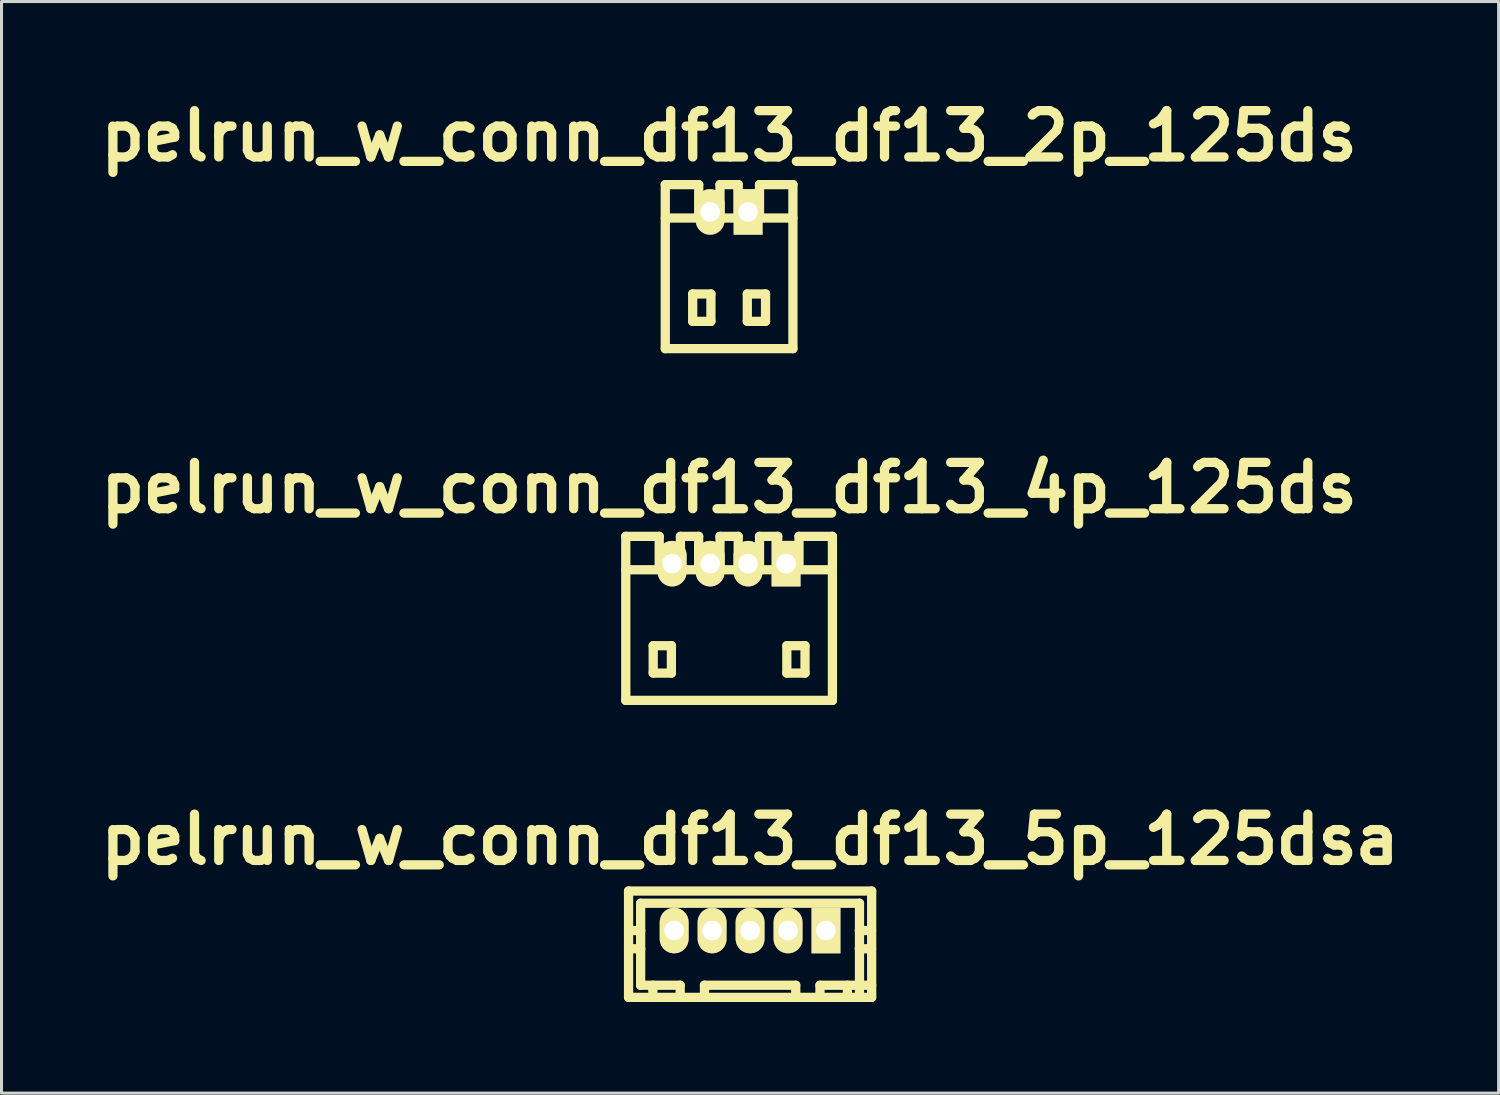
<source format=kicad_pcb>
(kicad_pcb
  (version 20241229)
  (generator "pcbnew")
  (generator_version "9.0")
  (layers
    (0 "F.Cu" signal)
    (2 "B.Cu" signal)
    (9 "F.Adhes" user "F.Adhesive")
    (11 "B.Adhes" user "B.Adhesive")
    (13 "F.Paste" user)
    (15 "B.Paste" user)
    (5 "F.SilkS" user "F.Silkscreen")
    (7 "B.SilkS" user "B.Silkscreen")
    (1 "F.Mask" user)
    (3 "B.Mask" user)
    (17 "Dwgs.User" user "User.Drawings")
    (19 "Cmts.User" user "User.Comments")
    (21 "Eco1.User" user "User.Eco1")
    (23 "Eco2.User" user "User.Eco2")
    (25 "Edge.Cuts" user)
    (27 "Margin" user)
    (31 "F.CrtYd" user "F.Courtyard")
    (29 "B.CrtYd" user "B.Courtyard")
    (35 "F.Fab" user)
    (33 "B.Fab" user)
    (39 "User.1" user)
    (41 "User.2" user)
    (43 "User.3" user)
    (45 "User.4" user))
  (footprint "pelrun_w_conn_df13_df13_5p_125dsa"
    (layer "F.Cu")
    (at 21.641 27.582)
    (property "Reference" "pelrun_w_conn_df13_df13_5p_125dsa" (at 0 -2.997 0) (layer "F.SilkS") (effects (font (size 1.524 1.524) (thickness 0.305))))
    (attr through_hole)
    (fp_line (start -4 2.2) (end -4 -1.3) (stroke (width 0.305) (type solid)) (layer "F.SilkS"))
    (fp_line (start -3.602 -0.899) (end -3.602 1.801) (stroke (width 0.305) (type solid)) (layer "F.SilkS"))
    (fp_line (start -3.599 -0.899) (end 3.599 -0.899) (stroke (width 0.305) (type solid)) (layer "F.SilkS"))
    (fp_line (start -3.599 0) (end -4 0) (stroke (width 0.305) (type solid)) (layer "F.SilkS"))
    (fp_line (start -3.599 0.599) (end -4 0.599) (stroke (width 0.305) (type solid)) (layer "F.SilkS"))
    (fp_line (start -3.2 1.801) (end -3.2 2.2) (stroke (width 0.305) (type solid)) (layer "F.SilkS"))
    (fp_line (start -2.601 -0.099) (end -2.601 0.099) (stroke (width 0.305) (type solid)) (layer "F.SilkS"))
    (fp_line (start -2.601 0.099) (end -2.4 0.099) (stroke (width 0.305) (type solid)) (layer "F.SilkS"))
    (fp_line (start -2.4 -0.099) (end -2.601 -0.099) (stroke (width 0.305) (type solid)) (layer "F.SilkS"))
    (fp_line (start -2.4 0.099) (end -2.4 -0.099) (stroke (width 0.305) (type solid)) (layer "F.SilkS"))
    (fp_line (start -2.301 1.801) (end -3.602 1.801) (stroke (width 0.305) (type solid)) (layer "F.SilkS"))
    (fp_line (start -2.301 1.801) (end -2.301 2.2) (stroke (width 0.305) (type solid)) (layer "F.SilkS"))
    (fp_line (start -1.501 1.801) (end 1.501 1.801) (stroke (width 0.305) (type solid)) (layer "F.SilkS"))
    (fp_line (start -1.501 2.2) (end -1.501 1.801) (stroke (width 0.305) (type solid)) (layer "F.SilkS"))
    (fp_line (start -1.3 -0.099) (end -1.3 0.099) (stroke (width 0.305) (type solid)) (layer "F.SilkS"))
    (fp_line (start -1.3 0.099) (end -1.1 0.099) (stroke (width 0.305) (type solid)) (layer "F.SilkS"))
    (fp_line (start -1.1 -0.099) (end -1.3 -0.099) (stroke (width 0.305) (type solid)) (layer "F.SilkS"))
    (fp_line (start -1.1 0.099) (end -1.1 -0.099) (stroke (width 0.305) (type solid)) (layer "F.SilkS"))
    (fp_line (start -0.099 -0.099) (end 0.099 -0.099) (stroke (width 0.305) (type solid)) (layer "F.SilkS"))
    (fp_line (start -0.099 0.099) (end -0.099 -0.099) (stroke (width 0.305) (type solid)) (layer "F.SilkS"))
    (fp_line (start 0.099 -0.099) (end 0.099 0.099) (stroke (width 0.305) (type solid)) (layer "F.SilkS"))
    (fp_line (start 0.099 0.099) (end -0.099 0.099) (stroke (width 0.305) (type solid)) (layer "F.SilkS"))
    (fp_line (start 1.1 -0.099) (end 1.3 -0.099) (stroke (width 0.305) (type solid)) (layer "F.SilkS"))
    (fp_line (start 1.1 0.099) (end 1.1 -0.099) (stroke (width 0.305) (type solid)) (layer "F.SilkS"))
    (fp_line (start 1.3 -0.099) (end 1.3 0.099) (stroke (width 0.305) (type solid)) (layer "F.SilkS"))
    (fp_line (start 1.3 0.099) (end 1.1 0.099) (stroke (width 0.305) (type solid)) (layer "F.SilkS"))
    (fp_line (start 1.504 2.2) (end 1.504 1.801) (stroke (width 0.305) (type solid)) (layer "F.SilkS"))
    (fp_line (start 2.301 1.801) (end 2.301 2.2) (stroke (width 0.305) (type solid)) (layer "F.SilkS"))
    (fp_line (start 2.301 1.801) (end 4.003 1.801) (stroke (width 0.305) (type solid)) (layer "F.SilkS"))
    (fp_line (start 2.4 -0.099) (end 2.601 -0.099) (stroke (width 0.305) (type solid)) (layer "F.SilkS"))
    (fp_line (start 2.4 0.099) (end 2.4 -0.099) (stroke (width 0.305) (type solid)) (layer "F.SilkS"))
    (fp_line (start 2.601 -0.099) (end 2.601 0.099) (stroke (width 0.305) (type solid)) (layer "F.SilkS"))
    (fp_line (start 2.601 0.099) (end 2.4 0.099) (stroke (width 0.305) (type solid)) (layer "F.SilkS"))
    (fp_line (start 3.203 1.801) (end 3.203 2.2) (stroke (width 0.305) (type solid)) (layer "F.SilkS"))
    (fp_line (start 3.597 0) (end 3.998 0) (stroke (width 0.305) (type solid)) (layer "F.SilkS"))
    (fp_line (start 3.602 -0.899) (end 3.602 2.2) (stroke (width 0.305) (type solid)) (layer "F.SilkS"))
    (fp_line (start 3.998 0.599) (end 3.597 0.599) (stroke (width 0.305) (type solid)) (layer "F.SilkS"))
    (fp_line (start 4 -1.3) (end -4 -1.3) (stroke (width 0.305) (type solid)) (layer "F.SilkS"))
    (fp_line (start 4 2.2) (end -4 2.2) (stroke (width 0.305) (type solid)) (layer "F.SilkS"))
    (fp_line (start 4.003 -1.3) (end 4.003 2.2) (stroke (width 0.305) (type solid)) (layer "F.SilkS"))
    (pad "1" thru_hole rect (at 2.499 0) (size 0.95 1.499) (drill 0.648) (layers "*.Cu" "*.Mask" "F.SilkS"))
    (pad "2" thru_hole oval (at 1.25 0) (size 0.95 1.499) (drill 0.648) (layers "*.Cu" "*.Mask" "F.SilkS"))
    (pad "3" thru_hole oval (at 0 0) (size 0.95 1.499) (drill 0.648) (layers "*.Cu" "*.Mask" "F.SilkS"))
    (pad "4" thru_hole oval (at -1.25 0) (size 0.95 1.499) (drill 0.648) (layers "*.Cu" "*.Mask" "F.SilkS"))
    (pad "5" thru_hole oval (at -2.499 0) (size 0.95 1.499) (drill 0.648) (layers "*.Cu" "*.Mask" "F.SilkS")))
  (footprint "pelrun_w_conn_df13_df13_2p_125ds"
    (layer "F.Cu")
    (at 20.951 5.727)
    (property "Reference" "pelrun_w_conn_df13_df13_2p_125ds" (at 0 -4.3 0) (layer "F.SilkS") (effects (font (size 1.524 1.524) (thickness 0.305))))
    (attr through_hole)
    (fp_line (start -2.101 2.7) (end -2.101 -2.7) (stroke (width 0.305) (type solid)) (layer "F.SilkS"))
    (fp_line (start -1.199 0.899) (end -1.199 1.801) (stroke (width 0.305) (type solid)) (layer "F.SilkS"))
    (fp_line (start -1.199 1.801) (end -0.599 1.801) (stroke (width 0.305) (type solid)) (layer "F.SilkS"))
    (fp_line (start -1.001 -2.7) (end -2.101 -2.7) (stroke (width 0.305) (type solid)) (layer "F.SilkS"))
    (fp_line (start -1.001 -1.6) (end -1.001 -2.7) (stroke (width 0.305) (type solid)) (layer "F.SilkS"))
    (fp_line (start -0.599 0.899) (end -1.199 0.899) (stroke (width 0.305) (type solid)) (layer "F.SilkS"))
    (fp_line (start -0.599 1.801) (end -0.599 0.899) (stroke (width 0.305) (type solid)) (layer "F.SilkS"))
    (fp_line (start -0.3 -1.6) (end -0.3 -2.7) (stroke (width 0.305) (type solid)) (layer "F.SilkS"))
    (fp_line (start 0.3 -2.7) (end -0.3 -2.7) (stroke (width 0.305) (type solid)) (layer "F.SilkS"))
    (fp_line (start 0.3 -1.6) (end 0.3 -2.7) (stroke (width 0.305) (type solid)) (layer "F.SilkS"))
    (fp_line (start 0.599 0.899) (end 1.199 0.899) (stroke (width 0.305) (type solid)) (layer "F.SilkS"))
    (fp_line (start 0.599 1.801) (end 0.599 0.899) (stroke (width 0.305) (type solid)) (layer "F.SilkS"))
    (fp_line (start 1.001 -1.6) (end 1.001 -2.7) (stroke (width 0.305) (type solid)) (layer "F.SilkS"))
    (fp_line (start 1.199 0.899) (end 1.199 1.801) (stroke (width 0.305) (type solid)) (layer "F.SilkS"))
    (fp_line (start 1.199 1.801) (end 0.599 1.801) (stroke (width 0.305) (type solid)) (layer "F.SilkS"))
    (fp_line (start 2.101 -2.7) (end 1.001 -2.7) (stroke (width 0.305) (type solid)) (layer "F.SilkS"))
    (fp_line (start 2.101 -1.6) (end -2.101 -1.6) (stroke (width 0.305) (type solid)) (layer "F.SilkS"))
    (fp_line (start 2.101 2.7) (end -2.101 2.7) (stroke (width 0.305) (type solid)) (layer "F.SilkS"))
    (fp_line (start 2.101 2.7) (end 2.101 -2.7) (stroke (width 0.305) (type solid)) (layer "F.SilkS"))
    (pad "1" thru_hole rect (at 0.625 -1.801) (size 0.95 1.499) (drill 0.648) (layers "*.Cu" "*.Mask" "F.SilkS"))
    (pad "2" thru_hole oval (at -0.625 -1.801) (size 0.95 1.499) (drill 0.648) (layers "*.Cu" "*.Mask" "F.SilkS")))
  (footprint "pelrun_w_conn_df13_df13_4p_125ds"
    (layer "F.Cu")
    (at 20.951 17.306)
    (property "Reference" "pelrun_w_conn_df13_df13_4p_125ds" (at 0 -4.3 0) (layer "F.SilkS") (effects (font (size 1.524 1.524) (thickness 0.305))))
    (attr through_hole)
    (fp_line (start -3.401 -1.6) (end 3.401 -1.6) (stroke (width 0.305) (type solid)) (layer "F.SilkS"))
    (fp_line (start -3.401 2.7) (end -3.401 -2.7) (stroke (width 0.305) (type solid)) (layer "F.SilkS"))
    (fp_line (start -3.401 2.7) (end 3.401 2.7) (stroke (width 0.305) (type solid)) (layer "F.SilkS"))
    (fp_line (start -2.499 0.899) (end -2.499 1.801) (stroke (width 0.305) (type solid)) (layer "F.SilkS"))
    (fp_line (start -2.499 1.801) (end -1.9 1.801) (stroke (width 0.305) (type solid)) (layer "F.SilkS"))
    (fp_line (start -2.301 -2.7) (end -3.401 -2.7) (stroke (width 0.305) (type solid)) (layer "F.SilkS"))
    (fp_line (start -2.301 -1.6) (end -2.301 -2.7) (stroke (width 0.305) (type solid)) (layer "F.SilkS"))
    (fp_line (start -1.9 0.899) (end -2.499 0.899) (stroke (width 0.305) (type solid)) (layer "F.SilkS"))
    (fp_line (start -1.9 1.801) (end -1.9 0.899) (stroke (width 0.305) (type solid)) (layer "F.SilkS"))
    (fp_line (start -1.603 -1.6) (end -1.603 -2.7) (stroke (width 0.305) (type solid)) (layer "F.SilkS"))
    (fp_line (start -1.003 -2.7) (end -1.603 -2.7) (stroke (width 0.305) (type solid)) (layer "F.SilkS"))
    (fp_line (start -1.003 -1.6) (end -1.003 -2.7) (stroke (width 0.305) (type solid)) (layer "F.SilkS"))
    (fp_line (start -0.3 -2.7) (end 0.3 -2.7) (stroke (width 0.305) (type solid)) (layer "F.SilkS"))
    (fp_line (start -0.3 -1.6) (end -0.3 -2.7) (stroke (width 0.305) (type solid)) (layer "F.SilkS"))
    (fp_line (start 0.3 -2.7) (end 0.3 -1.6) (stroke (width 0.305) (type solid)) (layer "F.SilkS"))
    (fp_line (start 1.001 -2.7) (end 1.6 -2.7) (stroke (width 0.305) (type solid)) (layer "F.SilkS"))
    (fp_line (start 1.001 -1.6) (end 1.001 -2.7) (stroke (width 0.305) (type solid)) (layer "F.SilkS"))
    (fp_line (start 1.6 -2.7) (end 1.6 -1.6) (stroke (width 0.305) (type solid)) (layer "F.SilkS"))
    (fp_line (start 1.9 0.899) (end 2.499 0.899) (stroke (width 0.305) (type solid)) (layer "F.SilkS"))
    (fp_line (start 1.9 1.801) (end 1.9 0.899) (stroke (width 0.305) (type solid)) (layer "F.SilkS"))
    (fp_line (start 2.301 -1.6) (end 2.301 -2.7) (stroke (width 0.305) (type solid)) (layer "F.SilkS"))
    (fp_line (start 2.499 0.899) (end 2.499 1.801) (stroke (width 0.305) (type solid)) (layer "F.SilkS"))
    (fp_line (start 2.499 1.801) (end 1.9 1.801) (stroke (width 0.305) (type solid)) (layer "F.SilkS"))
    (fp_line (start 3.401 -2.7) (end 2.301 -2.7) (stroke (width 0.305) (type solid)) (layer "F.SilkS"))
    (fp_line (start 3.401 2.7) (end 3.401 -2.7) (stroke (width 0.305) (type solid)) (layer "F.SilkS"))
    (pad "1" thru_hole rect (at 1.875 -1.801) (size 0.95 1.499) (drill 0.648) (layers "*.Cu" "*.Mask" "F.SilkS"))
    (pad "2" thru_hole oval (at 0.625 -1.801) (size 0.95 1.499) (drill 0.648) (layers "*.Cu" "*.Mask" "F.SilkS"))
    (pad "3" thru_hole oval (at -0.625 -1.801) (size 0.95 1.499) (drill 0.648) (layers "*.Cu" "*.Mask" "F.SilkS"))
    (pad "4" thru_hole oval (at -1.875 -1.801) (size 0.95 1.499) (drill 0.648) (layers "*.Cu" "*.Mask" "F.SilkS")))
  (gr_rect
    (start -3 -3)
    (end 46.282 32.934)
    (stroke (width 0.1) (type default))
    (fill no)
    (layer "Edge.Cuts")))
</source>
